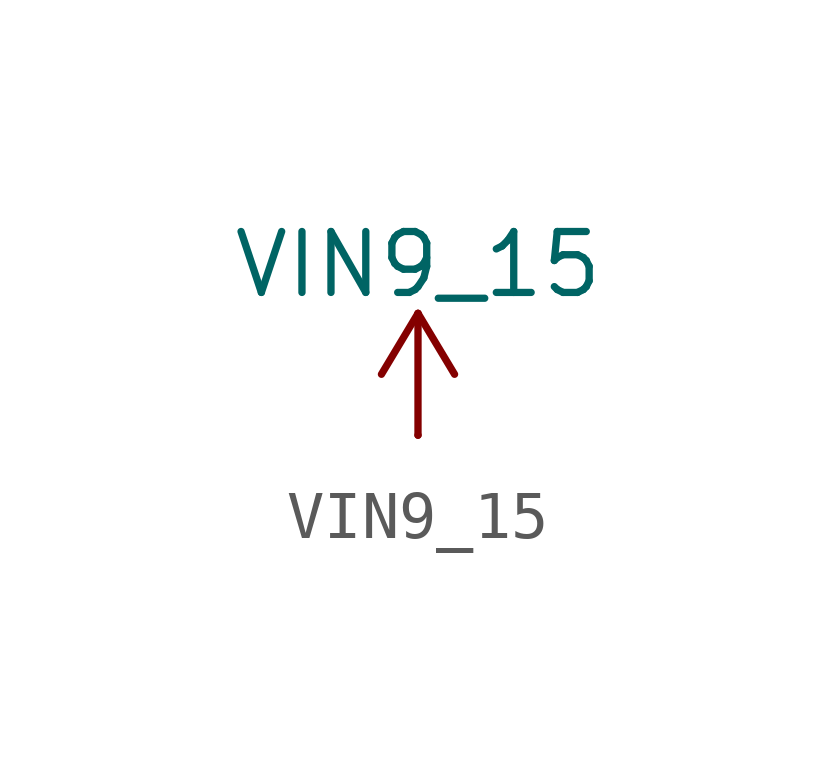
<source format=kicad_sym>
(kicad_symbol_lib
  (version 20241209)
  (generator "kicad_symbol_editor")
  (generator_version "9.0")
  (symbol "VIN9_15"
    (power)
    (pin_numbers
      (hide yes))
    (pin_names
      (offset 0)
      (hide yes))
    (property "Reference" "#PWR"
      (at 0 -3.81 0)
      (effects (font (size 1.27 1.27)) (hide yes)))
    (property "Value" "VIN9_15"
      (at 0 3.556 0)
      (effects (font (size 1.27 1.27))))
    (symbol "VIN9_15_0_1"
      (polyline (pts (xy -0.762 1.27) (xy 0 2.54)) (stroke (width 0) (type default)) (fill (type none)))
      (polyline (pts (xy 0 2.54) (xy 0.762 1.27)) (stroke (width 0) (type default)) (fill (type none)))
      (polyline (pts (xy 0 0) (xy 0 2.54)) (stroke (width 0) (type default)) (fill (type none))))
    (symbol "VIN9_15_1_1"
      (pin power_in line (at 0 0 90) (length 0) (name "~" (effects (font (size 1.27 1.27)))) (number "1" (effects (font (size 1.27 1.27))))))))
</source>
